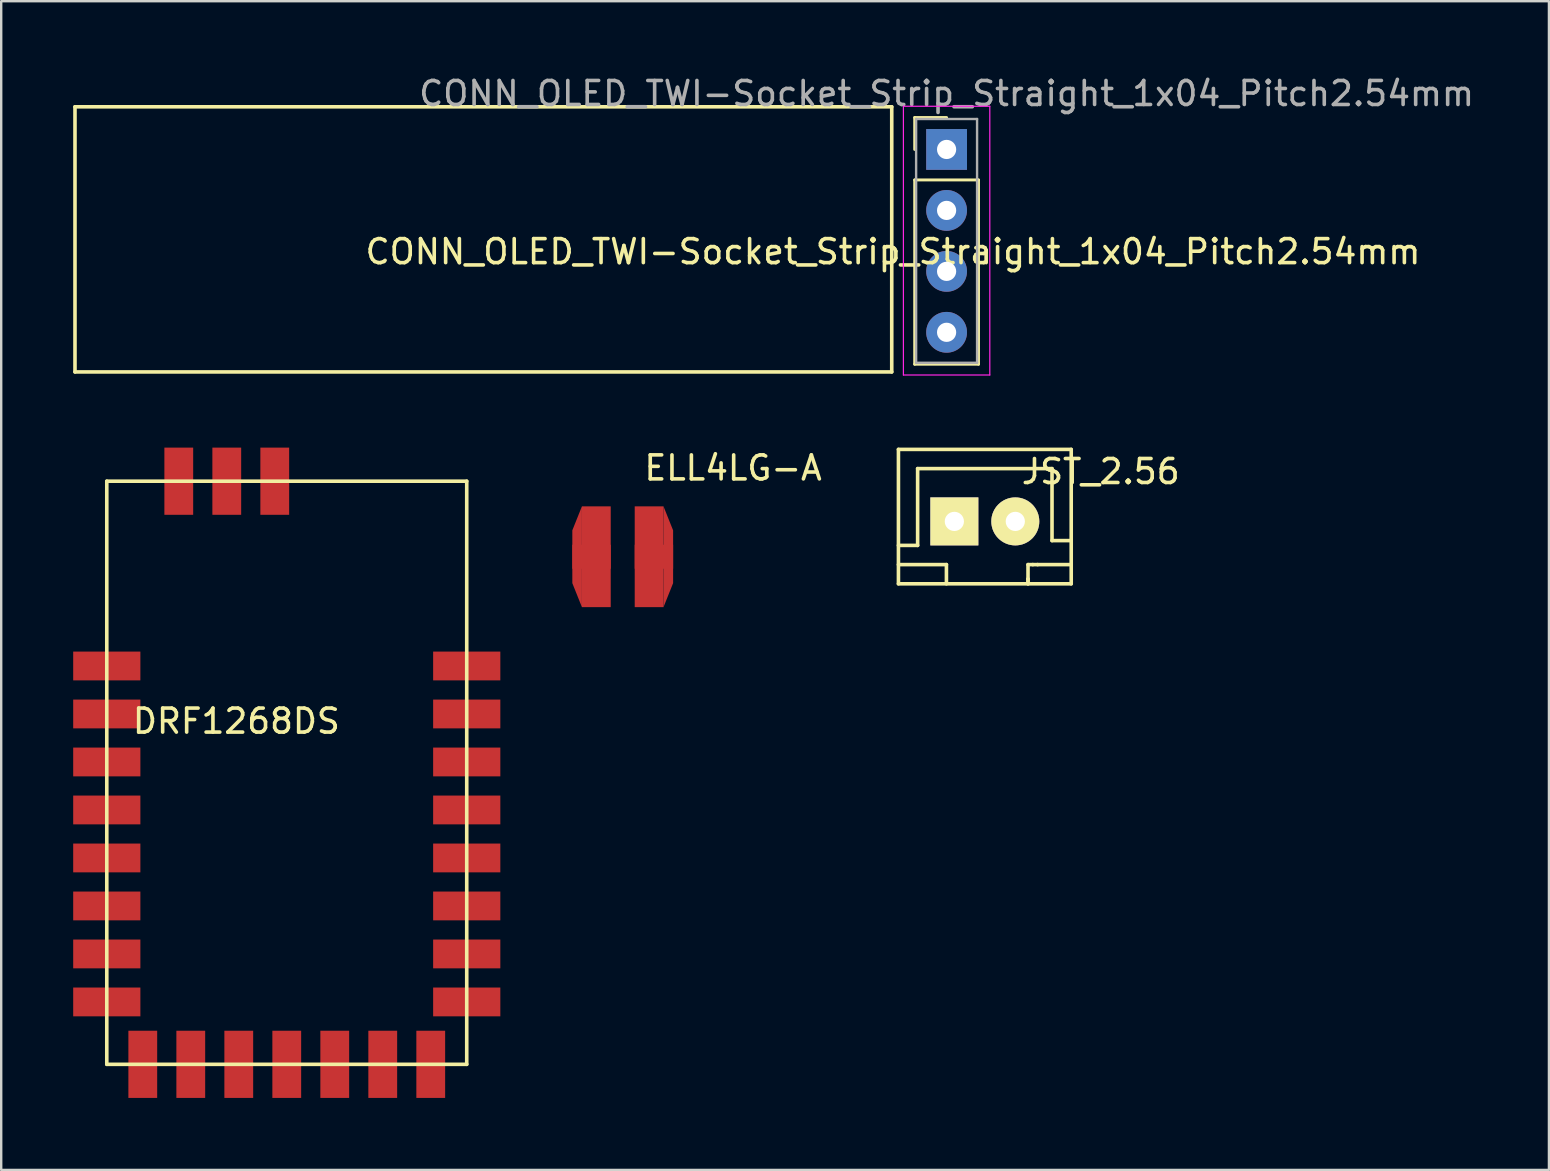
<source format=kicad_pcb>
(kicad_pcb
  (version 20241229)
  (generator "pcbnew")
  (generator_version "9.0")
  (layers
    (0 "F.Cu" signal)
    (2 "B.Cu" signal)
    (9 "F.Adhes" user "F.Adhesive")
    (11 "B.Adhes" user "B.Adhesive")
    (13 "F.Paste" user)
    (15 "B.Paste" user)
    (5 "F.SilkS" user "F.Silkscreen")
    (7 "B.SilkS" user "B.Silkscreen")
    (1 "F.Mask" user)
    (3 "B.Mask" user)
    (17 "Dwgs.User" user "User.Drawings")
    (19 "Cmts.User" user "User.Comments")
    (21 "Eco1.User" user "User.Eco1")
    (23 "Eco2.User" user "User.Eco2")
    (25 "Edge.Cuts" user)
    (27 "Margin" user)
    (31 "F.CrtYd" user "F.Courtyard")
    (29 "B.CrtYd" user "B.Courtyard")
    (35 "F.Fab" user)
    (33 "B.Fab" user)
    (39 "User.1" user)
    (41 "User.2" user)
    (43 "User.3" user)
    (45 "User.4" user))
  (footprint "DRF1268DS"
    (layer "F.Cu")
    (at 8.9 29.153)
    (property "Reference" "DRF1268DS" (at -2.1 -2.15 0) (layer "F.SilkS") (effects (font (size 1 1) (thickness 0.15))))
    (attr through_hole)
    (fp_line (start -7.5 -12.15) (end -7.5 12.15) (stroke (width 0.15) (type solid)) (layer "F.SilkS"))
    (fp_line (start -7.5 12.15) (end 7.5 12.15) (stroke (width 0.15) (type solid)) (layer "F.SilkS"))
    (fp_line (start 7.5 -12.15) (end -7.5 -12.15) (stroke (width 0.15) (type solid)) (layer "F.SilkS"))
    (fp_line (start 7.5 12.15) (end 7.5 -12.15) (stroke (width 0.15) (type solid)) (layer "F.SilkS"))
    (pad "1" smd rect (at -7.5 -4.45) (size 2.8 1.2) (layers "F.Cu" "F.Mask" "F.Paste"))
    (pad "2" smd rect (at -7.5 -2.45) (size 2.8 1.2) (layers "F.Cu" "F.Mask" "F.Paste"))
    (pad "3" smd rect (at -7.5 -0.45) (size 2.8 1.2) (layers "F.Cu" "F.Mask" "F.Paste"))
    (pad "4" smd rect (at -7.5 1.55) (size 2.8 1.2) (layers "F.Cu" "F.Mask" "F.Paste"))
    (pad "5" smd rect (at -7.5 3.55) (size 2.8 1.2) (layers "F.Cu" "F.Mask" "F.Paste"))
    (pad "6" smd rect (at -7.5 5.55) (size 2.8 1.2) (layers "F.Cu" "F.Mask" "F.Paste"))
    (pad "7" smd rect (at -7.5 7.55) (size 2.8 1.2) (layers "F.Cu" "F.Mask" "F.Paste"))
    (pad "8" smd rect (at -7.5 9.55) (size 2.8 1.2) (layers "F.Cu" "F.Mask" "F.Paste"))
    (pad "9" smd rect (at -6 12.15 90) (size 2.8 1.2) (layers "F.Cu" "F.Mask" "F.Paste"))
    (pad "10" smd rect (at -4 12.15 270) (size 2.8 1.2) (layers "F.Cu" "F.Mask" "F.Paste"))
    (pad "11" smd rect (at -2 12.15 90) (size 2.8 1.2) (layers "F.Cu" "F.Mask" "F.Paste"))
    (pad "12" smd rect (at 0 12.15 90) (size 2.8 1.2) (layers "F.Cu" "F.Mask" "F.Paste"))
    (pad "13" smd rect (at 2 12.15 90) (size 2.8 1.2) (layers "F.Cu" "F.Mask" "F.Paste"))
    (pad "14" smd rect (at 4 12.15 90) (size 2.8 1.2) (layers "F.Cu" "F.Mask" "F.Paste"))
    (pad "15" smd rect (at 6 12.15 90) (size 2.8 1.2) (layers "F.Cu" "F.Mask" "F.Paste"))
    (pad "16" smd rect (at 7.5 9.55) (size 2.8 1.2) (layers "F.Cu" "F.Mask" "F.Paste"))
    (pad "17" smd rect (at 7.5 7.55) (size 2.8 1.2) (layers "F.Cu" "F.Mask" "F.Paste"))
    (pad "18" smd rect (at 7.5 5.55) (size 2.8 1.2) (layers "F.Cu" "F.Mask" "F.Paste"))
    (pad "19" smd rect (at 7.5 3.55) (size 2.8 1.2) (layers "F.Cu" "F.Mask" "F.Paste"))
    (pad "20" smd rect (at 7.5 1.55) (size 2.8 1.2) (layers "F.Cu" "F.Mask" "F.Paste"))
    (pad "21" smd rect (at 7.5 -0.45) (size 2.8 1.2) (layers "F.Cu" "F.Mask" "F.Paste"))
    (pad "22" smd rect (at 7.5 -2.45) (size 2.8 1.2) (layers "F.Cu" "F.Mask" "F.Paste"))
    (pad "23" smd rect (at 7.5 -4.45 180) (size 2.8 1.2) (layers "F.Cu" "F.Mask" "F.Paste"))
    (pad "24" smd rect (at -0.5 -12.15 90) (size 2.8 1.2) (layers "F.Cu" "F.Mask" "F.Paste"))
    (pad "25" smd rect (at -2.5 -12.15 90) (size 2.8 1.2) (layers "F.Cu" "F.Mask" "F.Paste"))
    (pad "26" smd rect (at -4.5 -12.15 90) (size 2.8 1.2) (layers "F.Cu" "F.Mask" "F.Paste")))
  (footprint "CONN_OLED_TWI-Socket_Strip_Straight_1x04_Pitch2.54mm"
    (layer "F.Cu")
    (at 36.397 3.178)
    (property "Reference" "CONN_OLED_TWI-Socket_Strip_Straight_1x04_Pitch2.54mm" (at -2.233 4.261 0) (layer "F.SilkS") (effects (font (size 1 1) (thickness 0.15))))
    (attr through_hole)
    (fp_line (start -36.322 -1.778) (end -36.322 9.271) (stroke (width 0.15) (type solid)) (layer "F.SilkS"))
    (fp_line (start -2.286 -1.778) (end -36.322 -1.778) (stroke (width 0.15) (type solid)) (layer "F.SilkS"))
    (fp_line (start -2.286 -1.778) (end -2.286 9.271) (stroke (width 0.15) (type solid)) (layer "F.SilkS"))
    (fp_line (start -2.286 9.271) (end -36.322 9.271) (stroke (width 0.15) (type solid)) (layer "F.SilkS"))
    (fp_line (start -1.33 -1.33) (end 0 -1.33) (stroke (width 0.12) (type solid)) (layer "F.SilkS"))
    (fp_line (start -1.33 0) (end -1.33 -1.33) (stroke (width 0.12) (type solid)) (layer "F.SilkS"))
    (fp_line (start -1.33 1.27) (end -1.33 8.95) (stroke (width 0.12) (type solid)) (layer "F.SilkS"))
    (fp_line (start -1.33 8.95) (end 1.33 8.95) (stroke (width 0.12) (type solid)) (layer "F.SilkS"))
    (fp_line (start 1.33 1.27) (end -1.33 1.27) (stroke (width 0.12) (type solid)) (layer "F.SilkS"))
    (fp_line (start 1.33 8.95) (end 1.33 1.27) (stroke (width 0.12) (type solid)) (layer "F.SilkS"))
    (fp_line (start -1.8 -1.8) (end -1.8 9.4) (stroke (width 0.05) (type solid)) (layer "F.CrtYd"))
    (fp_line (start -1.8 9.4) (end 1.8 9.4) (stroke (width 0.05) (type solid)) (layer "F.CrtYd"))
    (fp_line (start 1.8 -1.8) (end -1.8 -1.8) (stroke (width 0.05) (type solid)) (layer "F.CrtYd"))
    (fp_line (start 1.8 9.4) (end 1.8 -1.8) (stroke (width 0.05) (type solid)) (layer "F.CrtYd"))
    (fp_line (start -1.27 -1.27) (end -1.27 8.89) (stroke (width 0.1) (type solid)) (layer "F.Fab"))
    (fp_line (start -1.27 8.89) (end 1.27 8.89) (stroke (width 0.1) (type solid)) (layer "F.Fab"))
    (fp_line (start 1.27 -1.27) (end -1.27 -1.27) (stroke (width 0.1) (type solid)) (layer "F.Fab"))
    (fp_line (start 1.27 8.89) (end 1.27 -1.27) (stroke (width 0.1) (type solid)) (layer "F.Fab"))
    (fp_text user "${REFERENCE}" (at 0 -2.33 0) (layer "F.Fab") (effects (font (size 1 1) (thickness 0.15))))
    (pad "1" thru_hole rect (at 0 0) (size 1.7 1.7) (drill 0.8) (layers "*.Cu" "*.Mask"))
    (pad "2" thru_hole oval (at 0 2.54) (size 1.7 1.7) (drill 0.8) (layers "*.Cu" "*.Mask"))
    (pad "3" thru_hole oval (at 0 5.08) (size 1.7 1.7) (drill 0.8) (layers "*.Cu" "*.Mask"))
    (pad "4" thru_hole oval (at 0 7.62) (size 1.7 1.7) (drill 0.8) (layers "*.Cu" "*.Mask")))
  (footprint "ELL4LG-A"
    (layer "F.Cu")
    (at 22.9 20.151)
    (property "Reference" "ELL4LG-A" (at 4.6 -3.7 0) (layer "F.SilkS") (effects (font (size 1 1) (thickness 0.15))))
    (attr through_hole)
    (pad "1" smd trapezoid (at -1.9 0 180) (size 0.4 3.2) (rect_delta 1 0) (layers "F.Cu" "F.Mask" "F.Paste"))
    (pad "1" smd trapezoid (at -1.3 0 180) (size 1.6 1) (layers "F.Cu" "F.Mask" "F.Paste"))
    (pad "1" smd trapezoid (at -1.1 0 180) (size 1.2 4.2) (layers "F.Cu" "F.Mask" "F.Paste"))
    (pad "2" smd trapezoid (at 1.1 0) (size 1.2 4.2) (layers "F.Cu" "F.Mask" "F.Paste"))
    (pad "2" smd trapezoid (at 1.3 0) (size 1.6 1) (layers "F.Cu" "F.Mask" "F.Paste"))
    (pad "2" smd trapezoid (at 1.9 0) (size 0.4 3.2) (rect_delta 1 0) (layers "F.Cu" "F.Mask" "F.Paste")))
  (footprint "JST_2.56"
    (layer "F.Cu")
    (at 37.99 18.678)
    (property "Reference" "JST_2.56" (at 4.831 -2.076 0) (layer "F.SilkS") (effects (font (size 1 1) (thickness 0.15))))
    (attr through_hole)
    (fp_line (start -3.6 -3) (end 3.6 -3) (stroke (width 0.15) (type solid)) (layer "F.SilkS"))
    (fp_line (start -3.6 1) (end -2.8 1) (stroke (width 0.15) (type solid)) (layer "F.SilkS"))
    (fp_line (start -3.6 1.8) (end -1.6 1.8) (stroke (width 0.15) (type solid)) (layer "F.SilkS"))
    (fp_line (start -3.6 2.6) (end -3.6 -3) (stroke (width 0.15) (type solid)) (layer "F.SilkS"))
    (fp_line (start -2.8 -2.2) (end 2.8 -2.2) (stroke (width 0.15) (type solid)) (layer "F.SilkS"))
    (fp_line (start -2.8 1) (end -2.8 -2.2) (stroke (width 0.15) (type solid)) (layer "F.SilkS"))
    (fp_line (start -1.6 1.8) (end -1.6 2.6) (stroke (width 0.15) (type solid)) (layer "F.SilkS"))
    (fp_line (start 1.8 1.8) (end 1.8 2.4) (stroke (width 0.15) (type solid)) (layer "F.SilkS"))
    (fp_line (start 1.8 2.4) (end 1.8 2.6) (stroke (width 0.15) (type solid)) (layer "F.SilkS"))
    (fp_line (start 1.8 2.6) (end 1.8 2.4) (stroke (width 0.15) (type solid)) (layer "F.SilkS"))
    (fp_line (start 2 1.8) (end 1.8 1.8) (stroke (width 0.15) (type solid)) (layer "F.SilkS"))
    (fp_line (start 2.2 1.8) (end 2 1.8) (stroke (width 0.15) (type solid)) (layer "F.SilkS"))
    (fp_line (start 2.8 -2.2) (end 2.8 0.8) (stroke (width 0.15) (type solid)) (layer "F.SilkS"))
    (fp_line (start 2.8 0.8) (end 3.6 0.8) (stroke (width 0.15) (type solid)) (layer "F.SilkS"))
    (fp_line (start 3.6 -3) (end 3.6 2.6) (stroke (width 0.15) (type solid)) (layer "F.SilkS"))
    (fp_line (start 3.6 1.8) (end 2.2 1.8) (stroke (width 0.15) (type solid)) (layer "F.SilkS"))
    (fp_line (start 3.6 2.6) (end -3.6 2.6) (stroke (width 0.15) (type solid)) (layer "F.SilkS"))
    (pad "1" thru_hole rect (at -1.27 0) (size 2 2) (drill 0.8) (layers "*.Cu" "*.Mask" "F.SilkS"))
    (pad "2" thru_hole circle (at 1.27 0) (size 2 2) (drill 0.8) (layers "*.Cu" "*.Mask" "F.SilkS")))
  (gr_rect
    (start -3 -3)
    (end 61.498 45.703)
    (stroke (width 0.1) (type default))
    (fill no)
    (layer "Edge.Cuts")))
</source>
